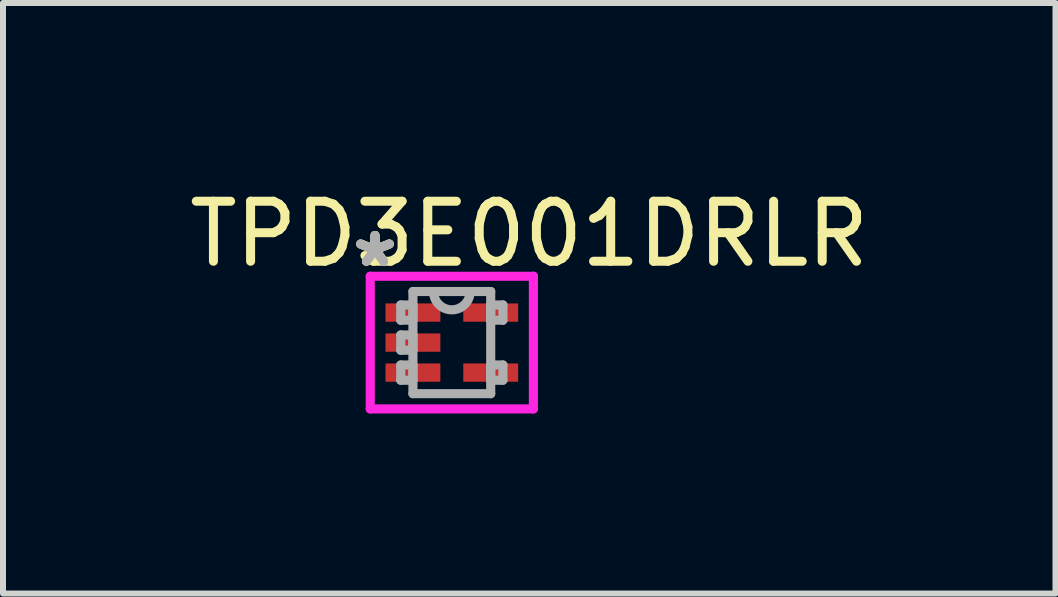
<source format=kicad_pcb>
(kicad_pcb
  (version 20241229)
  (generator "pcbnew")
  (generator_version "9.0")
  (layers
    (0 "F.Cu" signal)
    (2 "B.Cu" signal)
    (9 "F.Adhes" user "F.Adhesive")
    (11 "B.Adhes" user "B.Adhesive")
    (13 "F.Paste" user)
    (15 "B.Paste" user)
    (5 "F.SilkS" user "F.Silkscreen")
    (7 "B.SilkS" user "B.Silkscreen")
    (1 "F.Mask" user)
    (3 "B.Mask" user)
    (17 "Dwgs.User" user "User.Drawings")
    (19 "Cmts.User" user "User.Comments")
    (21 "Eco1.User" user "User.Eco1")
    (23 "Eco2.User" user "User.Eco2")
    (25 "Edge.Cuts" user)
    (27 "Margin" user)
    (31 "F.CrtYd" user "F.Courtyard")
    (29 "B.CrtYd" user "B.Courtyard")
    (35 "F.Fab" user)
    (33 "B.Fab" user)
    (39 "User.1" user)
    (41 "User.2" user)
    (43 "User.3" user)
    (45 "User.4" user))
  (footprint "TPD3E001DRLR"
    (layer "F.Cu")
    (at 4.478 2.658)
    (property "Reference" "TPD3E001DRLR" (at 1.29 -1.81 0) (layer "F.SilkS") (effects (font (size 1 1) (thickness 0.15))))
    (attr smd)
    (fp_line (start -1.359 -1.105) (end 1.359 -1.105) (stroke (width 0.152) (type solid)) (layer "F.CrtYd"))
    (fp_line (start -1.359 1.105) (end -1.359 -1.105) (stroke (width 0.152) (type solid)) (layer "F.CrtYd"))
    (fp_line (start 1.359 -1.105) (end 1.359 1.105) (stroke (width 0.152) (type solid)) (layer "F.CrtYd"))
    (fp_line (start 1.359 1.105) (end -1.359 1.105) (stroke (width 0.152) (type solid)) (layer "F.CrtYd"))
    (fp_line (start -0.851 -0.627) (end -0.851 -0.373) (stroke (width 0.152) (type solid)) (layer "F.Fab"))
    (fp_line (start -0.851 -0.373) (end -0.648 -0.373) (stroke (width 0.152) (type solid)) (layer "F.Fab"))
    (fp_line (start -0.851 -0.127) (end -0.851 0.127) (stroke (width 0.152) (type solid)) (layer "F.Fab"))
    (fp_line (start -0.851 0.127) (end -0.648 0.127) (stroke (width 0.152) (type solid)) (layer "F.Fab"))
    (fp_line (start -0.851 0.373) (end -0.851 0.627) (stroke (width 0.152) (type solid)) (layer "F.Fab"))
    (fp_line (start -0.851 0.627) (end -0.648 0.627) (stroke (width 0.152) (type solid)) (layer "F.Fab"))
    (fp_line (start -0.648 -0.851) (end -0.648 0.851) (stroke (width 0.152) (type solid)) (layer "F.Fab"))
    (fp_line (start -0.648 -0.627) (end -0.851 -0.627) (stroke (width 0.152) (type solid)) (layer "F.Fab"))
    (fp_line (start -0.648 -0.373) (end -0.648 -0.627) (stroke (width 0.152) (type solid)) (layer "F.Fab"))
    (fp_line (start -0.648 -0.127) (end -0.851 -0.127) (stroke (width 0.152) (type solid)) (layer "F.Fab"))
    (fp_line (start -0.648 0.127) (end -0.648 -0.127) (stroke (width 0.152) (type solid)) (layer "F.Fab"))
    (fp_line (start -0.648 0.373) (end -0.851 0.373) (stroke (width 0.152) (type solid)) (layer "F.Fab"))
    (fp_line (start -0.648 0.627) (end -0.648 0.373) (stroke (width 0.152) (type solid)) (layer "F.Fab"))
    (fp_line (start -0.648 0.851) (end 0.648 0.851) (stroke (width 0.152) (type solid)) (layer "F.Fab"))
    (fp_line (start 0.648 -0.851) (end -0.648 -0.851) (stroke (width 0.152) (type solid)) (layer "F.Fab"))
    (fp_line (start 0.648 -0.627) (end 0.648 -0.373) (stroke (width 0.152) (type solid)) (layer "F.Fab"))
    (fp_line (start 0.648 -0.373) (end 0.851 -0.373) (stroke (width 0.152) (type solid)) (layer "F.Fab"))
    (fp_line (start 0.648 0.373) (end 0.648 0.627) (stroke (width 0.152) (type solid)) (layer "F.Fab"))
    (fp_line (start 0.648 0.627) (end 0.851 0.627) (stroke (width 0.152) (type solid)) (layer "F.Fab"))
    (fp_line (start 0.648 0.851) (end 0.648 -0.851) (stroke (width 0.152) (type solid)) (layer "F.Fab"))
    (fp_line (start 0.851 -0.627) (end 0.648 -0.627) (stroke (width 0.152) (type solid)) (layer "F.Fab"))
    (fp_line (start 0.851 -0.373) (end 0.851 -0.627) (stroke (width 0.152) (type solid)) (layer "F.Fab"))
    (fp_line (start 0.851 0.373) (end 0.648 0.373) (stroke (width 0.152) (type solid)) (layer "F.Fab"))
    (fp_line (start 0.851 0.627) (end 0.851 0.373) (stroke (width 0.152) (type solid)) (layer "F.Fab"))
    (fp_arc (start 0.3048 -0.8509) (mid 0 -0.5461) (end -0.3048 -0.8509) (stroke (width 0.1524) (type solid)) (layer "F.Fab"))
    (fp_text user "*" (at -1.28 -1.24 0) (layer "F.SilkS") (effects (font (size 1 1) (thickness 0.15))))
    (fp_text user "*" (at -1.28 -1.24 0) (layer "F.SilkS") (effects (font (size 1 1) (thickness 0.15))))
    (fp_text user "*" (at -1.28 -1.24 0) (layer "F.Fab") (effects (font (size 1 1) (thickness 0.15))))
    (fp_text user "*" (at -1.28 -1.24 0) (layer "F.Fab") (effects (font (size 1 1) (thickness 0.15))))
    (pad "1" smd rect (at -0.648 -0.5) (size 0.914 0.305) (layers "F.Cu" "F.Mask" "F.Paste"))
    (pad "2" smd rect (at -0.648 0) (size 0.914 0.305) (layers "F.Cu" "F.Mask" "F.Paste"))
    (pad "3" smd rect (at -0.648 0.5) (size 0.914 0.305) (layers "F.Cu" "F.Mask" "F.Paste"))
    (pad "4" smd rect (at 0.648 0.5) (size 0.914 0.305) (layers "F.Cu" "F.Mask" "F.Paste"))
    (pad "5" smd rect (at 0.648 -0.5) (size 0.914 0.305) (layers "F.Cu" "F.Mask" "F.Paste")))
  (gr_rect
    (start -3 -3)
    (end 14.536 6.839)
    (stroke (width 0.1) (type default))
    (fill no)
    (layer "Edge.Cuts")))
</source>
